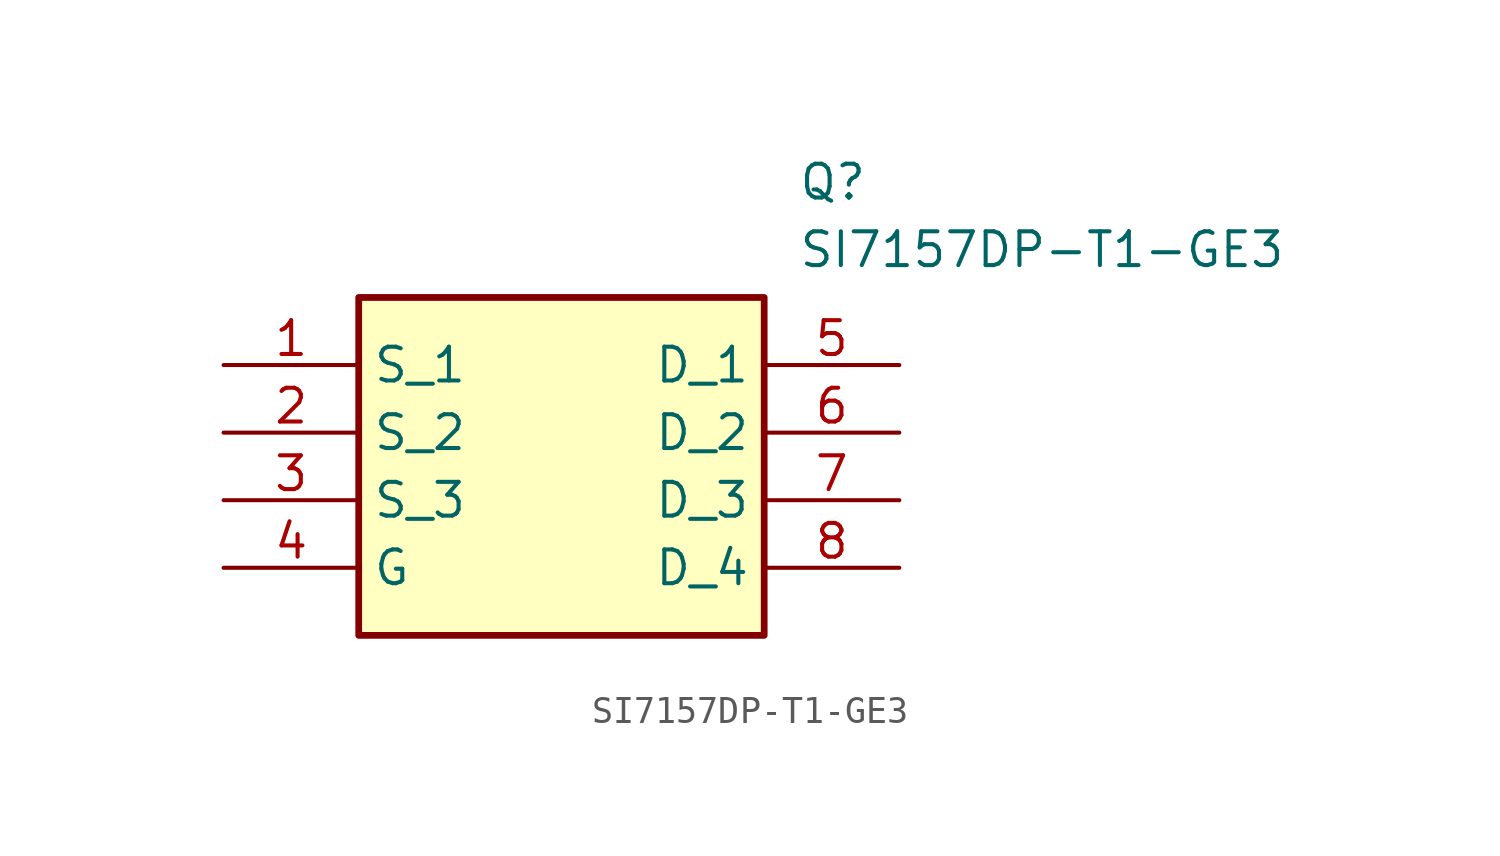
<source format=kicad_sym>
(kicad_symbol_lib
  (version 20211014)
  (generator SamacSys_ECAD_Model)
  (symbol "SI7157DP-T1-GE3"
    (property "Reference" "Q"
      (at 21.59 7.62 0)
      (effects (font (size 1.27 1.27)) (justify left top)))
    (property "Value" "SI7157DP-T1-GE3"
      (at 21.59 5.08 0)
      (effects (font (size 1.27 1.27)) (justify left top)))
    (rectangle
      (start 5.08 2.54)
      (end 20.32 -10.16)
      (stroke (width 0.254) (type default))
      (fill (type background)))
    (pin passive line
      (at 0 0 0)
      (length 5.08)
      (name "S_1" (effects (font (size 1.27 1.27))))
      (number "1" (effects (font (size 1.27 1.27)))))
    (pin passive line
      (at 0 -2.54 0)
      (length 5.08)
      (name "S_2" (effects (font (size 1.27 1.27))))
      (number "2" (effects (font (size 1.27 1.27)))))
    (pin passive line
      (at 0 -5.08 0)
      (length 5.08)
      (name "S_3" (effects (font (size 1.27 1.27))))
      (number "3" (effects (font (size 1.27 1.27)))))
    (pin passive line
      (at 0 -7.62 0)
      (length 5.08)
      (name "G" (effects (font (size 1.27 1.27))))
      (number "4" (effects (font (size 1.27 1.27)))))
    (pin passive line
      (at 25.4 0 180)
      (length 5.08)
      (name "D_1" (effects (font (size 1.27 1.27))))
      (number "5" (effects (font (size 1.27 1.27)))))
    (pin passive line
      (at 25.4 -2.54 180)
      (length 5.08)
      (name "D_2" (effects (font (size 1.27 1.27))))
      (number "6" (effects (font (size 1.27 1.27)))))
    (pin passive line
      (at 25.4 -5.08 180)
      (length 5.08)
      (name "D_3" (effects (font (size 1.27 1.27))))
      (number "7" (effects (font (size 1.27 1.27)))))
    (pin passive line
      (at 25.4 -7.62 180)
      (length 5.08)
      (name "D_4" (effects (font (size 1.27 1.27))))
      (number "8" (effects (font (size 1.27 1.27)))))))
</source>
